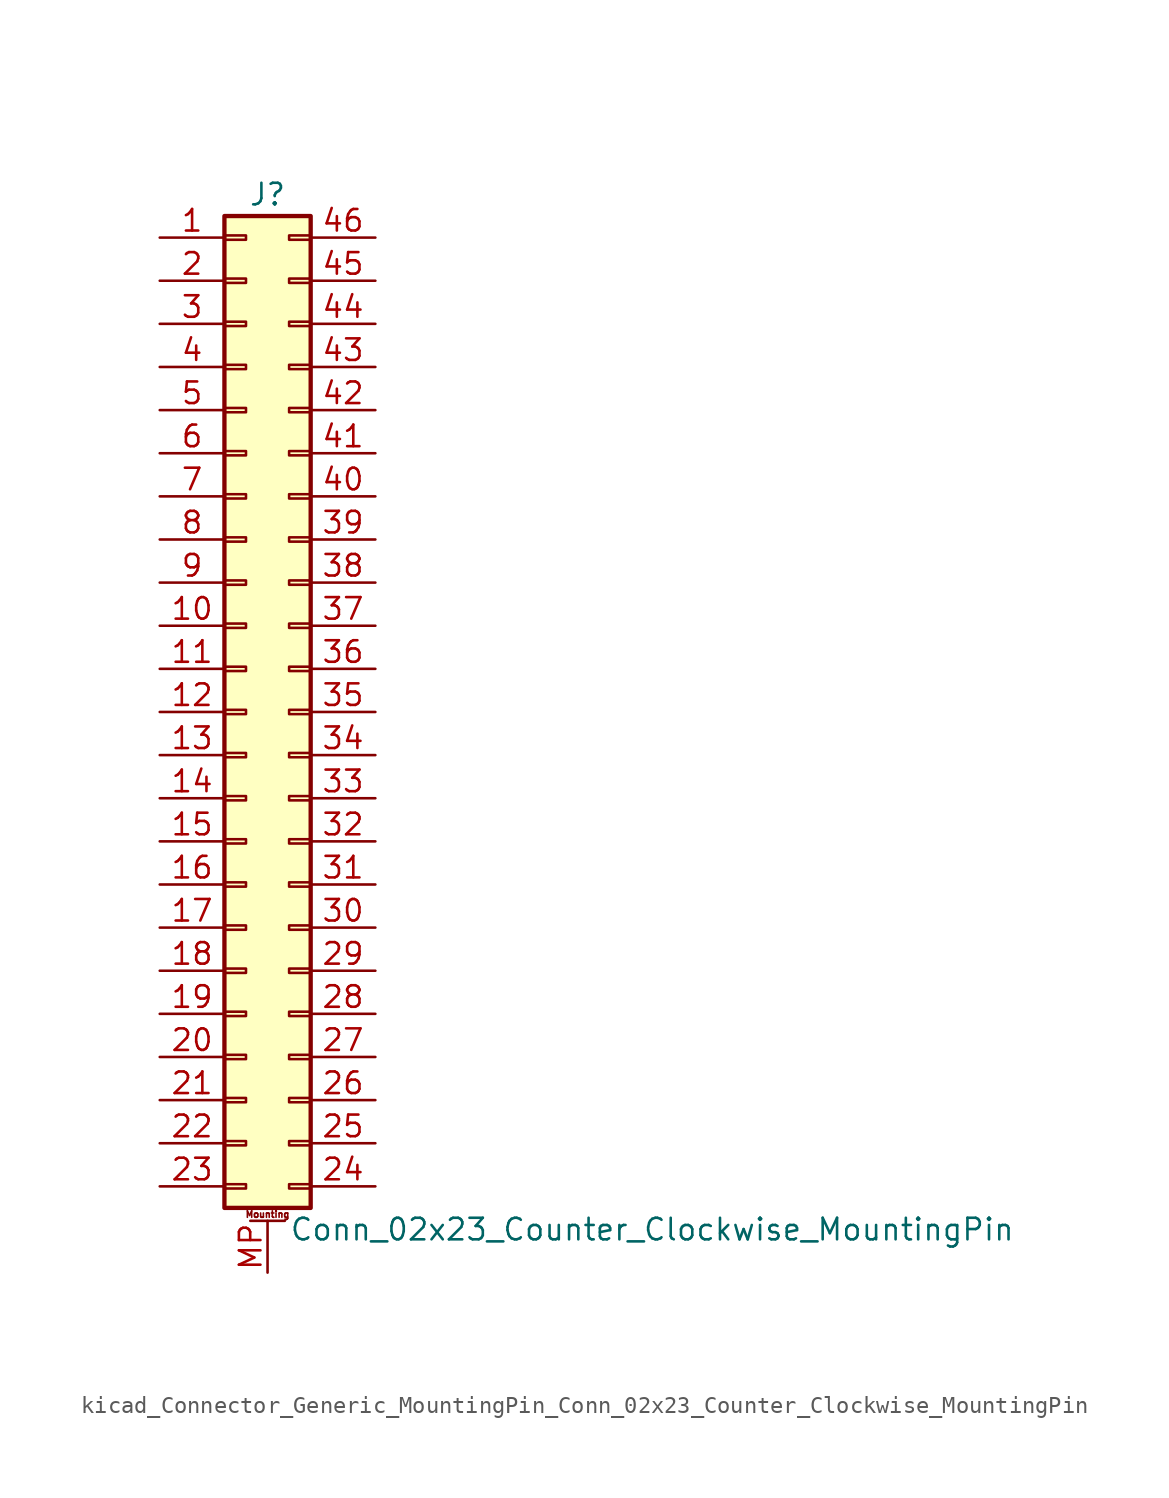
<source format=kicad_sym>
(kicad_symbol_lib
  (version 20220914)
  (generator kicad_symbol_editor)
  (symbol "kicad_Connector_Generic_MountingPin_Conn_02x23_Counter_Clockwise_MountingPin"
    (pin_names
      (offset 1.016) hide)
    (property "Reference" "J"
      (at 1.27 30.48 0)
      (effects (font (size 1.27 1.27))))
    (property "Value" "Conn_02x23_Counter_Clockwise_MountingPin"
      (at 2.54 -30.48 0)
      (effects (font (size 1.27 1.27)) (justify left)))
    (symbol "kicad_Connector_Generic_MountingPin_Conn_02x23_Counter_Clockwise_MountingPin_1_1"
      (rectangle (start -1.27 -27.813) (end 0 -28.067) (stroke (width 0.152) (type default)) (fill (type none)))
      (rectangle (start -1.27 -25.273) (end 0 -25.527) (stroke (width 0.152) (type default)) (fill (type none)))
      (rectangle (start -1.27 -22.733) (end 0 -22.987) (stroke (width 0.152) (type default)) (fill (type none)))
      (rectangle (start -1.27 -20.193) (end 0 -20.447) (stroke (width 0.152) (type default)) (fill (type none)))
      (rectangle (start -1.27 -17.653) (end 0 -17.907) (stroke (width 0.152) (type default)) (fill (type none)))
      (rectangle (start -1.27 -15.113) (end 0 -15.367) (stroke (width 0.152) (type default)) (fill (type none)))
      (rectangle (start -1.27 -12.573) (end 0 -12.827) (stroke (width 0.152) (type default)) (fill (type none)))
      (rectangle (start -1.27 -10.033) (end 0 -10.287) (stroke (width 0.152) (type default)) (fill (type none)))
      (rectangle (start -1.27 -7.493) (end 0 -7.747) (stroke (width 0.152) (type default)) (fill (type none)))
      (rectangle (start -1.27 -4.953) (end 0 -5.207) (stroke (width 0.152) (type default)) (fill (type none)))
      (rectangle (start -1.27 -2.413) (end 0 -2.667) (stroke (width 0.152) (type default)) (fill (type none)))
      (rectangle (start -1.27 0.127) (end 0 -0.127) (stroke (width 0.152) (type default)) (fill (type none)))
      (rectangle (start -1.27 2.667) (end 0 2.413) (stroke (width 0.152) (type default)) (fill (type none)))
      (rectangle (start -1.27 5.207) (end 0 4.953) (stroke (width 0.152) (type default)) (fill (type none)))
      (rectangle (start -1.27 7.747) (end 0 7.493) (stroke (width 0.152) (type default)) (fill (type none)))
      (rectangle (start -1.27 10.287) (end 0 10.033) (stroke (width 0.152) (type default)) (fill (type none)))
      (rectangle (start -1.27 12.827) (end 0 12.573) (stroke (width 0.152) (type default)) (fill (type none)))
      (rectangle (start -1.27 15.367) (end 0 15.113) (stroke (width 0.152) (type default)) (fill (type none)))
      (rectangle (start -1.27 17.907) (end 0 17.653) (stroke (width 0.152) (type default)) (fill (type none)))
      (rectangle (start -1.27 20.447) (end 0 20.193) (stroke (width 0.152) (type default)) (fill (type none)))
      (rectangle (start -1.27 22.987) (end 0 22.733) (stroke (width 0.152) (type default)) (fill (type none)))
      (rectangle (start -1.27 25.527) (end 0 25.273) (stroke (width 0.152) (type default)) (fill (type none)))
      (rectangle (start -1.27 28.067) (end 0 27.813) (stroke (width 0.152) (type default)) (fill (type none)))
      (rectangle (start -1.27 29.21) (end 3.81 -29.21) (stroke (width 0.254) (type default)) (fill (type background)))
      (polyline (pts (xy 0.254 -29.972) (xy 2.286 -29.972)) (stroke (width 0.152) (type default)) (fill (type none)))
      (rectangle (start 3.81 -27.813) (end 2.54 -28.067) (stroke (width 0.152) (type default)) (fill (type none)))
      (rectangle (start 3.81 -25.273) (end 2.54 -25.527) (stroke (width 0.152) (type default)) (fill (type none)))
      (rectangle (start 3.81 -22.733) (end 2.54 -22.987) (stroke (width 0.152) (type default)) (fill (type none)))
      (rectangle (start 3.81 -20.193) (end 2.54 -20.447) (stroke (width 0.152) (type default)) (fill (type none)))
      (rectangle (start 3.81 -17.653) (end 2.54 -17.907) (stroke (width 0.152) (type default)) (fill (type none)))
      (rectangle (start 3.81 -15.113) (end 2.54 -15.367) (stroke (width 0.152) (type default)) (fill (type none)))
      (rectangle (start 3.81 -12.573) (end 2.54 -12.827) (stroke (width 0.152) (type default)) (fill (type none)))
      (rectangle (start 3.81 -10.033) (end 2.54 -10.287) (stroke (width 0.152) (type default)) (fill (type none)))
      (rectangle (start 3.81 -7.493) (end 2.54 -7.747) (stroke (width 0.152) (type default)) (fill (type none)))
      (rectangle (start 3.81 -4.953) (end 2.54 -5.207) (stroke (width 0.152) (type default)) (fill (type none)))
      (rectangle (start 3.81 -2.413) (end 2.54 -2.667) (stroke (width 0.152) (type default)) (fill (type none)))
      (rectangle (start 3.81 0.127) (end 2.54 -0.127) (stroke (width 0.152) (type default)) (fill (type none)))
      (rectangle (start 3.81 2.667) (end 2.54 2.413) (stroke (width 0.152) (type default)) (fill (type none)))
      (rectangle (start 3.81 5.207) (end 2.54 4.953) (stroke (width 0.152) (type default)) (fill (type none)))
      (rectangle (start 3.81 7.747) (end 2.54 7.493) (stroke (width 0.152) (type default)) (fill (type none)))
      (rectangle (start 3.81 10.287) (end 2.54 10.033) (stroke (width 0.152) (type default)) (fill (type none)))
      (rectangle (start 3.81 12.827) (end 2.54 12.573) (stroke (width 0.152) (type default)) (fill (type none)))
      (rectangle (start 3.81 15.367) (end 2.54 15.113) (stroke (width 0.152) (type default)) (fill (type none)))
      (rectangle (start 3.81 17.907) (end 2.54 17.653) (stroke (width 0.152) (type default)) (fill (type none)))
      (rectangle (start 3.81 20.447) (end 2.54 20.193) (stroke (width 0.152) (type default)) (fill (type none)))
      (rectangle (start 3.81 22.987) (end 2.54 22.733) (stroke (width 0.152) (type default)) (fill (type none)))
      (rectangle (start 3.81 25.527) (end 2.54 25.273) (stroke (width 0.152) (type default)) (fill (type none)))
      (rectangle (start 3.81 28.067) (end 2.54 27.813) (stroke (width 0.152) (type default)) (fill (type none)))
      (text "Mounting" (at 1.27 -29.591 0) (effects (font (size 0.381 0.381))))
      (pin passive line (at -5.08 27.94 0) (length 3.81) (name "Pin_1" (effects (font (size 1.27 1.27)))) (number "1" (effects (font (size 1.27 1.27)))))
      (pin passive line (at -5.08 5.08 0) (length 3.81) (name "Pin_10" (effects (font (size 1.27 1.27)))) (number "10" (effects (font (size 1.27 1.27)))))
      (pin passive line (at -5.08 2.54 0) (length 3.81) (name "Pin_11" (effects (font (size 1.27 1.27)))) (number "11" (effects (font (size 1.27 1.27)))))
      (pin passive line (at -5.08 0 0) (length 3.81) (name "Pin_12" (effects (font (size 1.27 1.27)))) (number "12" (effects (font (size 1.27 1.27)))))
      (pin passive line (at -5.08 -2.54 0) (length 3.81) (name "Pin_13" (effects (font (size 1.27 1.27)))) (number "13" (effects (font (size 1.27 1.27)))))
      (pin passive line (at -5.08 -5.08 0) (length 3.81) (name "Pin_14" (effects (font (size 1.27 1.27)))) (number "14" (effects (font (size 1.27 1.27)))))
      (pin passive line (at -5.08 -7.62 0) (length 3.81) (name "Pin_15" (effects (font (size 1.27 1.27)))) (number "15" (effects (font (size 1.27 1.27)))))
      (pin passive line (at -5.08 -10.16 0) (length 3.81) (name "Pin_16" (effects (font (size 1.27 1.27)))) (number "16" (effects (font (size 1.27 1.27)))))
      (pin passive line (at -5.08 -12.7 0) (length 3.81) (name "Pin_17" (effects (font (size 1.27 1.27)))) (number "17" (effects (font (size 1.27 1.27)))))
      (pin passive line (at -5.08 -15.24 0) (length 3.81) (name "Pin_18" (effects (font (size 1.27 1.27)))) (number "18" (effects (font (size 1.27 1.27)))))
      (pin passive line (at -5.08 -17.78 0) (length 3.81) (name "Pin_19" (effects (font (size 1.27 1.27)))) (number "19" (effects (font (size 1.27 1.27)))))
      (pin passive line (at -5.08 25.4 0) (length 3.81) (name "Pin_2" (effects (font (size 1.27 1.27)))) (number "2" (effects (font (size 1.27 1.27)))))
      (pin passive line (at -5.08 -20.32 0) (length 3.81) (name "Pin_20" (effects (font (size 1.27 1.27)))) (number "20" (effects (font (size 1.27 1.27)))))
      (pin passive line (at -5.08 -22.86 0) (length 3.81) (name "Pin_21" (effects (font (size 1.27 1.27)))) (number "21" (effects (font (size 1.27 1.27)))))
      (pin passive line (at -5.08 -25.4 0) (length 3.81) (name "Pin_22" (effects (font (size 1.27 1.27)))) (number "22" (effects (font (size 1.27 1.27)))))
      (pin passive line (at -5.08 -27.94 0) (length 3.81) (name "Pin_23" (effects (font (size 1.27 1.27)))) (number "23" (effects (font (size 1.27 1.27)))))
      (pin passive line (at 7.62 -27.94 180) (length 3.81) (name "Pin_24" (effects (font (size 1.27 1.27)))) (number "24" (effects (font (size 1.27 1.27)))))
      (pin passive line (at 7.62 -25.4 180) (length 3.81) (name "Pin_25" (effects (font (size 1.27 1.27)))) (number "25" (effects (font (size 1.27 1.27)))))
      (pin passive line (at 7.62 -22.86 180) (length 3.81) (name "Pin_26" (effects (font (size 1.27 1.27)))) (number "26" (effects (font (size 1.27 1.27)))))
      (pin passive line (at 7.62 -20.32 180) (length 3.81) (name "Pin_27" (effects (font (size 1.27 1.27)))) (number "27" (effects (font (size 1.27 1.27)))))
      (pin passive line (at 7.62 -17.78 180) (length 3.81) (name "Pin_28" (effects (font (size 1.27 1.27)))) (number "28" (effects (font (size 1.27 1.27)))))
      (pin passive line (at 7.62 -15.24 180) (length 3.81) (name "Pin_29" (effects (font (size 1.27 1.27)))) (number "29" (effects (font (size 1.27 1.27)))))
      (pin passive line (at -5.08 22.86 0) (length 3.81) (name "Pin_3" (effects (font (size 1.27 1.27)))) (number "3" (effects (font (size 1.27 1.27)))))
      (pin passive line (at 7.62 -12.7 180) (length 3.81) (name "Pin_30" (effects (font (size 1.27 1.27)))) (number "30" (effects (font (size 1.27 1.27)))))
      (pin passive line (at 7.62 -10.16 180) (length 3.81) (name "Pin_31" (effects (font (size 1.27 1.27)))) (number "31" (effects (font (size 1.27 1.27)))))
      (pin passive line (at 7.62 -7.62 180) (length 3.81) (name "Pin_32" (effects (font (size 1.27 1.27)))) (number "32" (effects (font (size 1.27 1.27)))))
      (pin passive line (at 7.62 -5.08 180) (length 3.81) (name "Pin_33" (effects (font (size 1.27 1.27)))) (number "33" (effects (font (size 1.27 1.27)))))
      (pin passive line (at 7.62 -2.54 180) (length 3.81) (name "Pin_34" (effects (font (size 1.27 1.27)))) (number "34" (effects (font (size 1.27 1.27)))))
      (pin passive line (at 7.62 0 180) (length 3.81) (name "Pin_35" (effects (font (size 1.27 1.27)))) (number "35" (effects (font (size 1.27 1.27)))))
      (pin passive line (at 7.62 2.54 180) (length 3.81) (name "Pin_36" (effects (font (size 1.27 1.27)))) (number "36" (effects (font (size 1.27 1.27)))))
      (pin passive line (at 7.62 5.08 180) (length 3.81) (name "Pin_37" (effects (font (size 1.27 1.27)))) (number "37" (effects (font (size 1.27 1.27)))))
      (pin passive line (at 7.62 7.62 180) (length 3.81) (name "Pin_38" (effects (font (size 1.27 1.27)))) (number "38" (effects (font (size 1.27 1.27)))))
      (pin passive line (at 7.62 10.16 180) (length 3.81) (name "Pin_39" (effects (font (size 1.27 1.27)))) (number "39" (effects (font (size 1.27 1.27)))))
      (pin passive line (at -5.08 20.32 0) (length 3.81) (name "Pin_4" (effects (font (size 1.27 1.27)))) (number "4" (effects (font (size 1.27 1.27)))))
      (pin passive line (at 7.62 12.7 180) (length 3.81) (name "Pin_40" (effects (font (size 1.27 1.27)))) (number "40" (effects (font (size 1.27 1.27)))))
      (pin passive line (at 7.62 15.24 180) (length 3.81) (name "Pin_41" (effects (font (size 1.27 1.27)))) (number "41" (effects (font (size 1.27 1.27)))))
      (pin passive line (at 7.62 17.78 180) (length 3.81) (name "Pin_42" (effects (font (size 1.27 1.27)))) (number "42" (effects (font (size 1.27 1.27)))))
      (pin passive line (at 7.62 20.32 180) (length 3.81) (name "Pin_43" (effects (font (size 1.27 1.27)))) (number "43" (effects (font (size 1.27 1.27)))))
      (pin passive line (at 7.62 22.86 180) (length 3.81) (name "Pin_44" (effects (font (size 1.27 1.27)))) (number "44" (effects (font (size 1.27 1.27)))))
      (pin passive line (at 7.62 25.4 180) (length 3.81) (name "Pin_45" (effects (font (size 1.27 1.27)))) (number "45" (effects (font (size 1.27 1.27)))))
      (pin passive line (at 7.62 27.94 180) (length 3.81) (name "Pin_46" (effects (font (size 1.27 1.27)))) (number "46" (effects (font (size 1.27 1.27)))))
      (pin passive line (at -5.08 17.78 0) (length 3.81) (name "Pin_5" (effects (font (size 1.27 1.27)))) (number "5" (effects (font (size 1.27 1.27)))))
      (pin passive line (at -5.08 15.24 0) (length 3.81) (name "Pin_6" (effects (font (size 1.27 1.27)))) (number "6" (effects (font (size 1.27 1.27)))))
      (pin passive line (at -5.08 12.7 0) (length 3.81) (name "Pin_7" (effects (font (size 1.27 1.27)))) (number "7" (effects (font (size 1.27 1.27)))))
      (pin passive line (at -5.08 10.16 0) (length 3.81) (name "Pin_8" (effects (font (size 1.27 1.27)))) (number "8" (effects (font (size 1.27 1.27)))))
      (pin passive line (at -5.08 7.62 0) (length 3.81) (name "Pin_9" (effects (font (size 1.27 1.27)))) (number "9" (effects (font (size 1.27 1.27)))))
      (pin passive line (at 1.27 -33.02 90) (length 3.048) (name "MountPin" (effects (font (size 1.27 1.27)))) (number "MP" (effects (font (size 1.27 1.27))))))))
</source>
